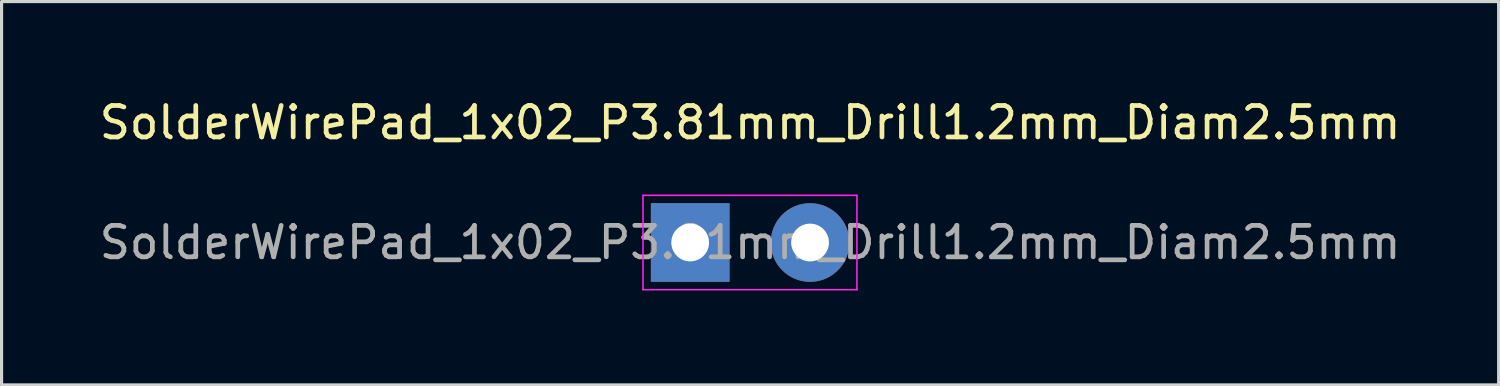
<source format=kicad_pcb>
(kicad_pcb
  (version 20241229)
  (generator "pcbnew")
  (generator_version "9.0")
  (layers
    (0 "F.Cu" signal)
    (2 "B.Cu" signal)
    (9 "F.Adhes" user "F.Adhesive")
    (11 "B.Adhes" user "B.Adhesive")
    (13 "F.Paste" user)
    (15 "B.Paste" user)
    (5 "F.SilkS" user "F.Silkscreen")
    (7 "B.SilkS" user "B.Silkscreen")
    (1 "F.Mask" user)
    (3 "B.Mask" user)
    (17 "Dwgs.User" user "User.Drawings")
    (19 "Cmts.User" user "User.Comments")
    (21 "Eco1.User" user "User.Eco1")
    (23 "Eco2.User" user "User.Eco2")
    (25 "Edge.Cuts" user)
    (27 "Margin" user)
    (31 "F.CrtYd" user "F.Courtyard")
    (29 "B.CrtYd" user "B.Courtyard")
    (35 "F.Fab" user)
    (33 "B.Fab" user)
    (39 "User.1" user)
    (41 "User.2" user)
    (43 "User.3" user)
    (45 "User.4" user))
  (footprint "SolderWirePad_1x02_P3.81mm_Drill1.2mm_Diam2.5mm"
    (layer "F.Cu")
    (at 18.887 4.658)
    (property "Reference" "SolderWirePad_1x02_P3.81mm_Drill1.2mm_Diam2.5mm" (at 1.905 -3.81 0) (layer "F.SilkS") (effects (font (size 1 1) (thickness 0.15))))
    (attr exclude_from_pos_files exclude_from_bom)
    (fp_line (start -1.5 -1.5) (end -1.5 1.5) (stroke (width 0.05) (type solid)) (layer "F.CrtYd"))
    (fp_line (start -1.5 -1.5) (end 5.3 -1.5) (stroke (width 0.05) (type solid)) (layer "F.CrtYd"))
    (fp_line (start 5.3 1.5) (end -1.5 1.5) (stroke (width 0.05) (type solid)) (layer "F.CrtYd"))
    (fp_line (start 5.3 1.5) (end 5.3 -1.5) (stroke (width 0.05) (type solid)) (layer "F.CrtYd"))
    (fp_text user "${REFERENCE}" (at 1.905 0 0) (layer "F.Fab") (effects (font (size 1 1) (thickness 0.15))))
    (pad "1" thru_hole rect (at 0 0) (size 2.5 2.5) (drill 1.2) (layers "*.Cu" "*.Mask"))
    (pad "2" thru_hole circle (at 3.81 0) (size 2.5 2.5) (drill 1.2) (layers "*.Cu" "*.Mask")))
  (gr_rect
    (start -3 -3)
    (end 44.583 9.183)
    (stroke (width 0.1) (type default))
    (fill no)
    (layer "Edge.Cuts")))
</source>
